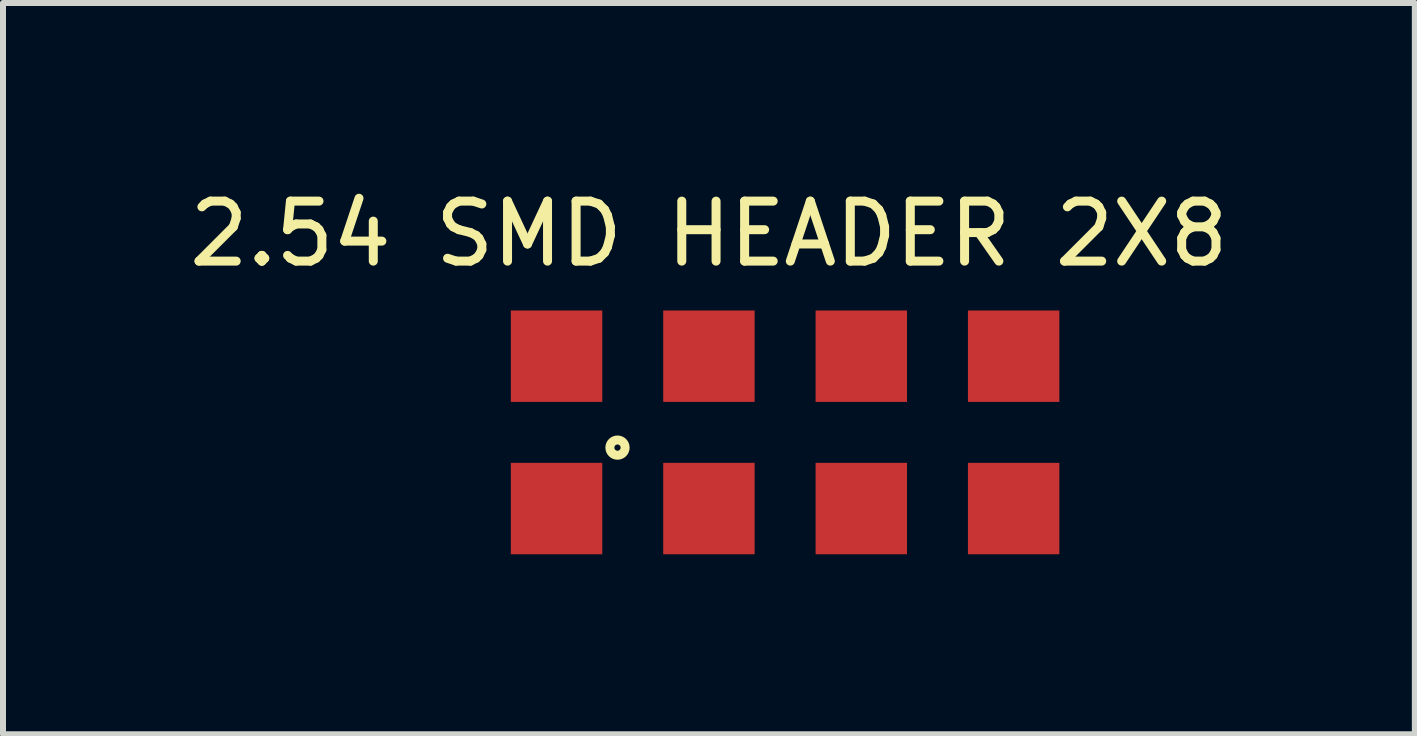
<source format=kicad_pcb>
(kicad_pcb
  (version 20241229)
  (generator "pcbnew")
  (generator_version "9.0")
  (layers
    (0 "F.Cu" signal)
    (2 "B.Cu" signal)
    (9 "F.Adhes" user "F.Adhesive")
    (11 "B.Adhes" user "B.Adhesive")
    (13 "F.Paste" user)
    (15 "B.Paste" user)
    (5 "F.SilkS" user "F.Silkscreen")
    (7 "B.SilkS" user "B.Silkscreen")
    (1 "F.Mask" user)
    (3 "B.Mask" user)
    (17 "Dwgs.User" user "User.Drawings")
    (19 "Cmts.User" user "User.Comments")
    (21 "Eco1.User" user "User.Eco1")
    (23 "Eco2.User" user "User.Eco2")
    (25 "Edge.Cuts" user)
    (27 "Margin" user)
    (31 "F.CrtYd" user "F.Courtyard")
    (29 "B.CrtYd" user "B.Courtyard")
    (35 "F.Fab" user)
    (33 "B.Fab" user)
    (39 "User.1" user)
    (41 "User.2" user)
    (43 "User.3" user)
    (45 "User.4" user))
  (footprint "2.54 SMD HEADER 2X8"
    (layer "F.Cu")
    (at 8.768 0.348)
    (property "Reference" "2.54 SMD HEADER 2X8" (at 0 0.5 0) (layer "F.SilkS") (effects (font (size 1 1) (thickness 0.15))))
    (attr through_hole)
    (fp_circle (center -1.524 4.064) (end -1.524 4.191) (stroke (width 0.15) (type solid)) (fill no) (layer "F.SilkS"))
    (pad "1" connect rect (at -2.54 5.08) (size 1.524 1.524) (layers "F.Cu" "F.Mask"))
    (pad "2" connect rect (at -2.54 2.54) (size 1.524 1.524) (layers "F.Cu" "F.Mask"))
    (pad "3" connect rect (at 0 5.08) (size 1.524 1.524) (layers "F.Cu" "F.Mask"))
    (pad "4" connect rect (at 0 2.54) (size 1.524 1.524) (layers "F.Cu" "F.Mask"))
    (pad "5" connect rect (at 2.54 5.08) (size 1.524 1.524) (layers "F.Cu" "F.Mask"))
    (pad "6" connect rect (at 2.54 2.54) (size 1.524 1.524) (layers "F.Cu" "F.Mask"))
    (pad "7" connect rect (at 5.08 5.08) (size 1.524 1.524) (layers "F.Cu" "F.Mask"))
    (pad "8" connect rect (at 5.08 2.54) (size 1.524 1.524) (layers "F.Cu" "F.Mask")))
  (gr_rect
    (start -3 -3)
    (end 20.536 9.19)
    (stroke (width 0.1) (type default))
    (fill no)
    (layer "Edge.Cuts")))
</source>
